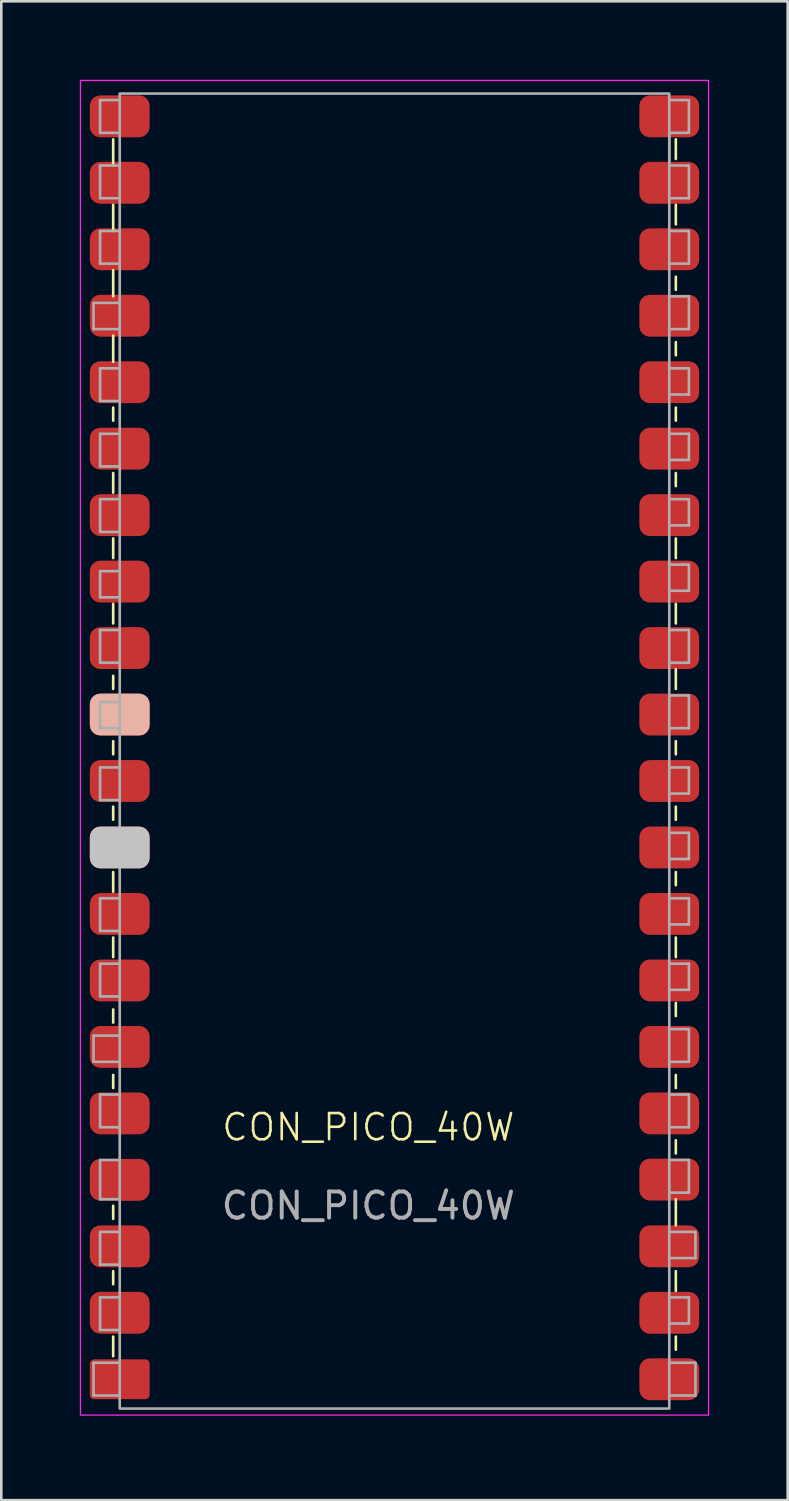
<source format=kicad_pcb>
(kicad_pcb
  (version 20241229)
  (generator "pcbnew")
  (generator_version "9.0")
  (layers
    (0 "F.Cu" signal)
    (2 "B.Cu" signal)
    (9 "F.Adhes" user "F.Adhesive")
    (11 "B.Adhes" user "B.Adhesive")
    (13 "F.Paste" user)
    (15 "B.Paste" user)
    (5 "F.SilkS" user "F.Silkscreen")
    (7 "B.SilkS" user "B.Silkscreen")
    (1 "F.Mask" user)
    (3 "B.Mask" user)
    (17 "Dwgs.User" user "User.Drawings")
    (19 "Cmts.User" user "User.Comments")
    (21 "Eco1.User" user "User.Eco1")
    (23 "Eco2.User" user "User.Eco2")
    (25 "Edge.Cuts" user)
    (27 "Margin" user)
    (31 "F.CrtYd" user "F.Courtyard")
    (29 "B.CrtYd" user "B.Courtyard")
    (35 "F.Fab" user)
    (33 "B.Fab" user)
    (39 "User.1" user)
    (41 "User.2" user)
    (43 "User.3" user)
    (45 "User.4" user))
  (footprint "CON_PICO_40W"
    (layer "F.Cu")
    (at 12.025 51.025)
    (property "Reference" "CON_PICO_40W" (at -1 -11 0) (unlocked yes) (layer "F.SilkS") (effects (font (size 1 1) (thickness 0.1))))
    (attr smd)
    (fp_line (start -10.75 -47.75) (end -10.75 -48.75) (stroke (width 0.1) (type default)) (layer "F.SilkS"))
    (fp_line (start -10.75 -45.25) (end -10.75 -46.25) (stroke (width 0.1) (type default)) (layer "F.SilkS"))
    (fp_line (start -10.75 -42.75) (end -10.75 -43.75) (stroke (width 0.1) (type default)) (layer "F.SilkS"))
    (fp_line (start -10.75 -40.25) (end -10.75 -41.25) (stroke (width 0.1) (type default)) (layer "F.SilkS"))
    (fp_line (start -10.75 -38) (end -10.75 -38.5) (stroke (width 0.1) (type default)) (layer "F.SilkS"))
    (fp_line (start -10.75 -35.25) (end -10.75 -36) (stroke (width 0.1) (type default)) (layer "F.SilkS"))
    (fp_line (start -10.75 -32.75) (end -10.75 -33.5) (stroke (width 0.1) (type default)) (layer "F.SilkS"))
    (fp_line (start -10.75 -30.25) (end -10.75 -31) (stroke (width 0.1) (type default)) (layer "F.SilkS"))
    (fp_line (start -10.75 -27.75) (end -10.75 -28.25) (stroke (width 0.1) (type default)) (layer "F.SilkS"))
    (fp_line (start -10.75 -25.25) (end -10.75 -25.75) (stroke (width 0.1) (type default)) (layer "F.SilkS"))
    (fp_line (start -10.75 -22.75) (end -10.75 -23.25) (stroke (width 0.1) (type default)) (layer "F.SilkS"))
    (fp_line (start -10.75 -20) (end -10.75 -20.75) (stroke (width 0.1) (type default)) (layer "F.SilkS"))
    (fp_line (start -10.75 -17.5) (end -10.75 -18.25) (stroke (width 0.1) (type default)) (layer "F.SilkS"))
    (fp_line (start -10.75 -15) (end -10.75 -15.5) (stroke (width 0.1) (type default)) (layer "F.SilkS"))
    (fp_line (start -10.75 -12.5) (end -10.75 -13) (stroke (width 0.1) (type default)) (layer "F.SilkS"))
    (fp_line (start -10.75 -7.5) (end -10.75 -8) (stroke (width 0.1) (type default)) (layer "F.SilkS"))
    (fp_line (start -10.75 -5) (end -10.75 -5.5) (stroke (width 0.1) (type default)) (layer "F.SilkS"))
    (fp_line (start -10.75 -3) (end -10.75 -2.25) (stroke (width 0.1) (type default)) (layer "F.SilkS"))
    (fp_line (start 10.75 -48.75) (end 10.75 -48) (stroke (width 0.1) (type default)) (layer "F.SilkS"))
    (fp_line (start 10.75 -46.25) (end 10.75 -45.5) (stroke (width 0.1) (type default)) (layer "F.SilkS"))
    (fp_line (start 10.75 -43.5) (end 10.75 -43) (stroke (width 0.1) (type default)) (layer "F.SilkS"))
    (fp_line (start 10.75 -41) (end 10.75 -40.5) (stroke (width 0.1) (type default)) (layer "F.SilkS"))
    (fp_line (start 10.75 -38.5) (end 10.75 -38) (stroke (width 0.1) (type default)) (layer "F.SilkS"))
    (fp_line (start 10.75 -36) (end 10.75 -35.5) (stroke (width 0.1) (type default)) (layer "F.SilkS"))
    (fp_line (start 10.75 -33.5) (end 10.75 -32.75) (stroke (width 0.1) (type default)) (layer "F.SilkS"))
    (fp_line (start 10.75 -31) (end 10.75 -30.25) (stroke (width 0.1) (type default)) (layer "F.SilkS"))
    (fp_line (start 10.75 -28.5) (end 10.75 -27.75) (stroke (width 0.1) (type default)) (layer "F.SilkS"))
    (fp_line (start 10.75 -25.75) (end 10.75 -25.25) (stroke (width 0.1) (type default)) (layer "F.SilkS"))
    (fp_line (start 10.75 -23.25) (end 10.75 -22.75) (stroke (width 0.1) (type default)) (layer "F.SilkS"))
    (fp_line (start 10.75 -20.75) (end 10.75 -20.25) (stroke (width 0.1) (type default)) (layer "F.SilkS"))
    (fp_line (start 10.75 -18.25) (end 10.75 -17.5) (stroke (width 0.1) (type default)) (layer "F.SilkS"))
    (fp_line (start 10.75 -15.75) (end 10.75 -15.25) (stroke (width 0.1) (type default)) (layer "F.SilkS"))
    (fp_line (start 10.75 -13) (end 10.75 -12.5) (stroke (width 0.1) (type default)) (layer "F.SilkS"))
    (fp_line (start 10.75 -10.5) (end 10.75 -10) (stroke (width 0.1) (type default)) (layer "F.SilkS"))
    (fp_line (start 10.75 -8.25) (end 10.75 -7.25) (stroke (width 0.1) (type default)) (layer "F.SilkS"))
    (fp_line (start 10.75 -5.5) (end 10.75 -4.75) (stroke (width 0.1) (type default)) (layer "F.SilkS"))
    (fp_line (start 10.75 -3) (end 10.75 -2.5) (stroke (width 0.1) (type default)) (layer "F.SilkS"))
    (fp_rect (start -12 -51) (end 12 0) (stroke (width 0.05) (type default)) (fill no) (layer "F.CrtYd"))
    (fp_line (start -11.5 -42.5) (end -10.5 -42.5) (stroke (width 0.1) (type default)) (layer "F.Fab"))
    (fp_line (start -11.5 -41.5) (end -11.5 -42.5) (stroke (width 0.1) (type default)) (layer "F.Fab"))
    (fp_line (start -11.5 -14.5) (end -10.5 -14.5) (stroke (width 0.1) (type default)) (layer "F.Fab"))
    (fp_line (start -11.5 -13.5) (end -11.5 -14.5) (stroke (width 0.1) (type default)) (layer "F.Fab"))
    (fp_line (start -11.5 -2) (end -10.5 -2) (stroke (width 0.1) (type default)) (layer "F.Fab"))
    (fp_line (start -11.5 -0.75) (end -11.5 -2) (stroke (width 0.1) (type default)) (layer "F.Fab"))
    (fp_line (start -11.25 -50.25) (end -10.5 -50.25) (stroke (width 0.1) (type default)) (layer "F.Fab"))
    (fp_line (start -11.25 -49) (end -11.25 -50.25) (stroke (width 0.1) (type default)) (layer "F.Fab"))
    (fp_line (start -11.25 -47.75) (end -10.75 -47.75) (stroke (width 0.1) (type default)) (layer "F.Fab"))
    (fp_line (start -11.25 -46.5) (end -11.25 -47.75) (stroke (width 0.1) (type default)) (layer "F.Fab"))
    (fp_line (start -11.25 -45.25) (end -10.5 -45.25) (stroke (width 0.1) (type default)) (layer "F.Fab"))
    (fp_line (start -11.25 -44) (end -11.25 -45.25) (stroke (width 0.1) (type default)) (layer "F.Fab"))
    (fp_line (start -11.25 -40) (end -10.5 -40) (stroke (width 0.1) (type default)) (layer "F.Fab"))
    (fp_line (start -11.25 -38.75) (end -11.25 -40) (stroke (width 0.1) (type default)) (layer "F.Fab"))
    (fp_line (start -11.25 -37.5) (end -10.5 -37.5) (stroke (width 0.1) (type default)) (layer "F.Fab"))
    (fp_line (start -11.25 -36.25) (end -11.25 -37.5) (stroke (width 0.1) (type default)) (layer "F.Fab"))
    (fp_line (start -11.25 -35) (end -10.5 -35) (stroke (width 0.1) (type default)) (layer "F.Fab"))
    (fp_line (start -11.25 -33.75) (end -11.25 -35) (stroke (width 0.1) (type default)) (layer "F.Fab"))
    (fp_line (start -11.25 -32.25) (end -10.5 -32.25) (stroke (width 0.1) (type default)) (layer "F.Fab"))
    (fp_line (start -11.25 -31.25) (end -11.25 -32.25) (stroke (width 0.1) (type default)) (layer "F.Fab"))
    (fp_line (start -11.25 -30) (end -10.5 -30) (stroke (width 0.1) (type default)) (layer "F.Fab"))
    (fp_line (start -11.25 -28.75) (end -11.25 -30) (stroke (width 0.1) (type default)) (layer "F.Fab"))
    (fp_line (start -11.25 -27.25) (end -10.5 -27.25) (stroke (width 0.1) (type default)) (layer "F.Fab"))
    (fp_line (start -11.25 -26.25) (end -11.25 -27.25) (stroke (width 0.1) (type default)) (layer "F.Fab"))
    (fp_line (start -11.25 -24.75) (end -10.5 -24.75) (stroke (width 0.1) (type default)) (layer "F.Fab"))
    (fp_line (start -11.25 -23.5) (end -11.25 -24.75) (stroke (width 0.1) (type default)) (layer "F.Fab"))
    (fp_line (start -11.25 -19.75) (end -10.5 -19.75) (stroke (width 0.1) (type default)) (layer "F.Fab"))
    (fp_line (start -11.25 -18.5) (end -11.25 -19.75) (stroke (width 0.1) (type default)) (layer "F.Fab"))
    (fp_line (start -11.25 -17.25) (end -10.5 -17.25) (stroke (width 0.1) (type default)) (layer "F.Fab"))
    (fp_line (start -11.25 -16) (end -11.25 -17.25) (stroke (width 0.1) (type default)) (layer "F.Fab"))
    (fp_line (start -11.25 -12.25) (end -11.25 -11) (stroke (width 0.1) (type default)) (layer "F.Fab"))
    (fp_line (start -11.25 -12.25) (end -10.5 -12.25) (stroke (width 0.1) (type default)) (layer "F.Fab"))
    (fp_line (start -11.25 -11) (end -10.5 -11) (stroke (width 0.1) (type default)) (layer "F.Fab"))
    (fp_line (start -11.25 -9.75) (end -10.5 -9.75) (stroke (width 0.1) (type default)) (layer "F.Fab"))
    (fp_line (start -11.25 -8.25) (end -11.25 -9.75) (stroke (width 0.1) (type default)) (layer "F.Fab"))
    (fp_line (start -11.25 -7) (end -10.5 -7) (stroke (width 0.1) (type default)) (layer "F.Fab"))
    (fp_line (start -11.25 -5.75) (end -11.25 -7) (stroke (width 0.1) (type default)) (layer "F.Fab"))
    (fp_line (start -11.25 -4.5) (end -10.5 -4.5) (stroke (width 0.1) (type default)) (layer "F.Fab"))
    (fp_line (start -11.25 -3.25) (end -11.25 -4.5) (stroke (width 0.1) (type default)) (layer "F.Fab"))
    (fp_line (start -11 -22.25) (end -11 -21.25) (stroke (width 0.1) (type default)) (layer "F.Fab"))
    (fp_line (start -11 -21.25) (end -10.5 -21.25) (stroke (width 0.1) (type default)) (layer "F.Fab"))
    (fp_line (start -10.75 -47.75) (end -10.5 -47.75) (stroke (width 0.1) (type default)) (layer "F.Fab"))
    (fp_line (start -10.5 -49) (end -11.25 -49) (stroke (width 0.1) (type default)) (layer "F.Fab"))
    (fp_line (start -10.5 -46.5) (end -11.25 -46.5) (stroke (width 0.1) (type default)) (layer "F.Fab"))
    (fp_line (start -10.5 -44) (end -11.25 -44) (stroke (width 0.1) (type default)) (layer "F.Fab"))
    (fp_line (start -10.5 -41.5) (end -11.5 -41.5) (stroke (width 0.1) (type default)) (layer "F.Fab"))
    (fp_line (start -10.5 -38.75) (end -11.25 -38.75) (stroke (width 0.1) (type default)) (layer "F.Fab"))
    (fp_line (start -10.5 -36.25) (end -11.25 -36.25) (stroke (width 0.1) (type default)) (layer "F.Fab"))
    (fp_line (start -10.5 -33.75) (end -11.25 -33.75) (stroke (width 0.1) (type default)) (layer "F.Fab"))
    (fp_line (start -10.5 -31.25) (end -11.25 -31.25) (stroke (width 0.1) (type default)) (layer "F.Fab"))
    (fp_line (start -10.5 -28.75) (end -11.25 -28.75) (stroke (width 0.1) (type default)) (layer "F.Fab"))
    (fp_line (start -10.5 -26.25) (end -11.25 -26.25) (stroke (width 0.1) (type default)) (layer "F.Fab"))
    (fp_line (start -10.5 -23.5) (end -11.25 -23.5) (stroke (width 0.1) (type default)) (layer "F.Fab"))
    (fp_line (start -10.5 -22.25) (end -11 -22.25) (stroke (width 0.1) (type default)) (layer "F.Fab"))
    (fp_line (start -10.5 -18.5) (end -11.25 -18.5) (stroke (width 0.1) (type default)) (layer "F.Fab"))
    (fp_line (start -10.5 -16) (end -11.25 -16) (stroke (width 0.1) (type default)) (layer "F.Fab"))
    (fp_line (start -10.5 -13.5) (end -11.5 -13.5) (stroke (width 0.1) (type default)) (layer "F.Fab"))
    (fp_line (start -10.5 -8.25) (end -11.25 -8.25) (stroke (width 0.1) (type default)) (layer "F.Fab"))
    (fp_line (start -10.5 -5.75) (end -11.25 -5.75) (stroke (width 0.1) (type default)) (layer "F.Fab"))
    (fp_line (start -10.5 -3.25) (end -11.25 -3.25) (stroke (width 0.1) (type default)) (layer "F.Fab"))
    (fp_line (start -10.5 -0.75) (end -11.5 -0.75) (stroke (width 0.1) (type default)) (layer "F.Fab"))
    (fp_line (start 10.5 -50.25) (end 11.25 -50.25) (stroke (width 0.1) (type default)) (layer "F.Fab"))
    (fp_line (start 10.5 -49) (end 10.5 -47.75) (stroke (width 0.1) (type default)) (layer "F.Fab"))
    (fp_line (start 10.5 -47.75) (end 11.25 -47.75) (stroke (width 0.1) (type default)) (layer "F.Fab"))
    (fp_line (start 10.5 -45.25) (end 11.25 -45.25) (stroke (width 0.1) (type default)) (layer "F.Fab"))
    (fp_line (start 10.5 -42.75) (end 11.25 -42.75) (stroke (width 0.1) (type default)) (layer "F.Fab"))
    (fp_line (start 10.5 -40) (end 11.25 -40) (stroke (width 0.1) (type default)) (layer "F.Fab"))
    (fp_line (start 10.5 -37.5) (end 11.25 -37.5) (stroke (width 0.1) (type default)) (layer "F.Fab"))
    (fp_line (start 10.5 -35) (end 11.25 -35) (stroke (width 0.1) (type default)) (layer "F.Fab"))
    (fp_line (start 10.5 -32.5) (end 11.25 -32.5) (stroke (width 0.1) (type default)) (layer "F.Fab"))
    (fp_line (start 10.5 -30) (end 11.25 -30) (stroke (width 0.1) (type default)) (layer "F.Fab"))
    (fp_line (start 10.5 -27.5) (end 11.25 -27.5) (stroke (width 0.1) (type default)) (layer "F.Fab"))
    (fp_line (start 10.5 -24.75) (end 11.25 -24.75) (stroke (width 0.1) (type default)) (layer "F.Fab"))
    (fp_line (start 10.5 -22.25) (end 11.25 -22.25) (stroke (width 0.1) (type default)) (layer "F.Fab"))
    (fp_line (start 10.5 -19.75) (end 11.25 -19.75) (stroke (width 0.1) (type default)) (layer "F.Fab"))
    (fp_line (start 10.5 -17.25) (end 11.25 -17.25) (stroke (width 0.1) (type default)) (layer "F.Fab"))
    (fp_line (start 10.5 -14.75) (end 11.25 -14.75) (stroke (width 0.1) (type default)) (layer "F.Fab"))
    (fp_line (start 10.5 -12.25) (end 11.25 -12.25) (stroke (width 0.1) (type default)) (layer "F.Fab"))
    (fp_line (start 10.5 -9.75) (end 11.25 -9.75) (stroke (width 0.1) (type default)) (layer "F.Fab"))
    (fp_line (start 10.5 -7) (end 11.5 -7) (stroke (width 0.1) (type default)) (layer "F.Fab"))
    (fp_line (start 10.5 -4.5) (end 11.25 -4.5) (stroke (width 0.1) (type default)) (layer "F.Fab"))
    (fp_line (start 10.5 -2) (end 11.5 -2) (stroke (width 0.1) (type default)) (layer "F.Fab"))
    (fp_line (start 11.25 -50.25) (end 11.25 -49) (stroke (width 0.1) (type default)) (layer "F.Fab"))
    (fp_line (start 11.25 -49) (end 10.5 -49) (stroke (width 0.1) (type default)) (layer "F.Fab"))
    (fp_line (start 11.25 -47.75) (end 11.25 -46.5) (stroke (width 0.1) (type default)) (layer "F.Fab"))
    (fp_line (start 11.25 -46.5) (end 10.5 -46.5) (stroke (width 0.1) (type default)) (layer "F.Fab"))
    (fp_line (start 11.25 -45.25) (end 11.25 -44) (stroke (width 0.1) (type default)) (layer "F.Fab"))
    (fp_line (start 11.25 -44) (end 10.5 -44) (stroke (width 0.1) (type default)) (layer "F.Fab"))
    (fp_line (start 11.25 -42.75) (end 11.25 -41.5) (stroke (width 0.1) (type default)) (layer "F.Fab"))
    (fp_line (start 11.25 -41.5) (end 10.5 -41.5) (stroke (width 0.1) (type default)) (layer "F.Fab"))
    (fp_line (start 11.25 -40) (end 11.25 -39) (stroke (width 0.1) (type default)) (layer "F.Fab"))
    (fp_line (start 11.25 -39) (end 10.5 -39) (stroke (width 0.1) (type default)) (layer "F.Fab"))
    (fp_line (start 11.25 -37.5) (end 11.25 -36.5) (stroke (width 0.1) (type default)) (layer "F.Fab"))
    (fp_line (start 11.25 -36.5) (end 10.5 -36.5) (stroke (width 0.1) (type default)) (layer "F.Fab"))
    (fp_line (start 11.25 -35) (end 11.25 -34) (stroke (width 0.1) (type default)) (layer "F.Fab"))
    (fp_line (start 11.25 -34) (end 10.5 -34) (stroke (width 0.1) (type default)) (layer "F.Fab"))
    (fp_line (start 11.25 -32.5) (end 11.25 -31.5) (stroke (width 0.1) (type default)) (layer "F.Fab"))
    (fp_line (start 11.25 -31.5) (end 10.5 -31.5) (stroke (width 0.1) (type default)) (layer "F.Fab"))
    (fp_line (start 11.25 -30) (end 11.25 -28.75) (stroke (width 0.1) (type default)) (layer "F.Fab"))
    (fp_line (start 11.25 -28.75) (end 10.5 -28.75) (stroke (width 0.1) (type default)) (layer "F.Fab"))
    (fp_line (start 11.25 -27.5) (end 11.25 -26.25) (stroke (width 0.1) (type default)) (layer "F.Fab"))
    (fp_line (start 11.25 -26.25) (end 10.5 -26.25) (stroke (width 0.1) (type default)) (layer "F.Fab"))
    (fp_line (start 11.25 -24.75) (end 11.25 -23.75) (stroke (width 0.1) (type default)) (layer "F.Fab"))
    (fp_line (start 11.25 -23.75) (end 10.5 -23.75) (stroke (width 0.1) (type default)) (layer "F.Fab"))
    (fp_line (start 11.25 -22.25) (end 11.25 -21.25) (stroke (width 0.1) (type default)) (layer "F.Fab"))
    (fp_line (start 11.25 -21.25) (end 10.5 -21.25) (stroke (width 0.1) (type default)) (layer "F.Fab"))
    (fp_line (start 11.25 -19.75) (end 11.25 -18.75) (stroke (width 0.1) (type default)) (layer "F.Fab"))
    (fp_line (start 11.25 -18.75) (end 10.5 -18.75) (stroke (width 0.1) (type default)) (layer "F.Fab"))
    (fp_line (start 11.25 -17.25) (end 11.25 -16.25) (stroke (width 0.1) (type default)) (layer "F.Fab"))
    (fp_line (start 11.25 -16.25) (end 10.5 -16.25) (stroke (width 0.1) (type default)) (layer "F.Fab"))
    (fp_line (start 11.25 -14.75) (end 11.25 -13.5) (stroke (width 0.1) (type default)) (layer "F.Fab"))
    (fp_line (start 11.25 -13.5) (end 10.5 -13.5) (stroke (width 0.1) (type default)) (layer "F.Fab"))
    (fp_line (start 11.25 -12.25) (end 11.25 -11) (stroke (width 0.1) (type default)) (layer "F.Fab"))
    (fp_line (start 11.25 -11) (end 10.5 -11) (stroke (width 0.1) (type default)) (layer "F.Fab"))
    (fp_line (start 11.25 -9.75) (end 11.25 -8.5) (stroke (width 0.1) (type default)) (layer "F.Fab"))
    (fp_line (start 11.25 -8.5) (end 10.5 -8.5) (stroke (width 0.1) (type default)) (layer "F.Fab"))
    (fp_line (start 11.25 -4.5) (end 11.25 -3.5) (stroke (width 0.1) (type default)) (layer "F.Fab"))
    (fp_line (start 11.25 -3.5) (end 10.5 -3.5) (stroke (width 0.1) (type default)) (layer "F.Fab"))
    (fp_line (start 11.5 -7) (end 11.5 -6) (stroke (width 0.1) (type default)) (layer "F.Fab"))
    (fp_line (start 11.5 -6) (end 10.5 -6) (stroke (width 0.1) (type default)) (layer "F.Fab"))
    (fp_line (start 11.5 -2) (end 11.5 -0.75) (stroke (width 0.1) (type default)) (layer "F.Fab"))
    (fp_line (start 11.5 -0.75) (end 10.5 -0.75) (stroke (width 0.1) (type default)) (layer "F.Fab"))
    (fp_rect (start -10.5 -50.5) (end 10.5 -0.25) (stroke (width 0.1) (type default)) (fill no) (layer "F.Fab"))
    (fp_text user "${REFERENCE}" (at -1 -8 0) (unlocked yes) (layer "F.Fab") (effects (font (size 1 1) (thickness 0.15))))
    (pad "1" smd roundrect (at -10.5 -49.63) (size 2.286 1.6) (layers "F.Cu" "F.Mask" "F.Paste") (roundrect_rratio 0.25))
    (pad "2" smd roundrect (at -10.5 -47.09) (size 2.286 1.6) (layers "F.Cu" "F.Mask" "F.Paste") (roundrect_rratio 0.25))
    (pad "3" smd roundrect (at -10.5 -44.55) (size 2.286 1.6) (layers "F.Cu" "F.Mask") (roundrect_rratio 0.25))
    (pad "4" smd roundrect (at -10.5 -42.01) (size 2.286 1.6) (layers "F.Cu" "F.Mask" "F.Paste") (roundrect_rratio 0.25))
    (pad "5" smd roundrect (at -10.5 -39.47) (size 2.286 1.6) (layers "F.Cu" "F.Mask" "F.Paste") (roundrect_rratio 0.25))
    (pad "6" smd roundrect (at -10.5 -36.93) (size 2.286 1.6) (layers "F.Cu" "F.Mask" "F.Paste") (roundrect_rratio 0.25))
    (pad "7" smd roundrect (at -10.5 -34.39) (size 2.286 1.6) (layers "F.Cu" "F.Mask" "F.Paste") (roundrect_rratio 0.25))
    (pad "8" smd roundrect (at -10.5 -31.85) (size 2.286 1.6) (layers "F.Cu" "F.Mask") (roundrect_rratio 0.25))
    (pad "9" smd roundrect (at -10.5 -29.31) (size 2.286 1.6) (layers "F.Cu" "F.Mask" "F.Paste") (roundrect_rratio 0.25))
    (pad "10" smd roundrect (at -10.5 -26.77) (size 2.286 1.6) (layers "F.Cu" "F.Mask" "B.SilkS" "F.Paste") (roundrect_rratio 0.25))
    (pad "11" smd roundrect (at -10.5 -24.23) (size 2.286 1.6) (layers "F.Cu" "F.Mask" "F.Paste") (roundrect_rratio 0.25))
    (pad "12" smd roundrect (at -10.5 -21.69) (size 2.286 1.6) (layers "F.Cu" "F.Mask" "F.Paste" "Dwgs.User") (roundrect_rratio 0.25))
    (pad "13" smd roundrect (at -10.5 -19.15) (size 2.286 1.6) (layers "F.Cu" "F.Mask" "F.Paste") (roundrect_rratio 0.25))
    (pad "14" smd roundrect (at -10.5 -16.61) (size 2.286 1.6) (layers "F.Cu" "F.Mask" "F.Paste") (roundrect_rratio 0.25))
    (pad "15" smd roundrect (at -10.5 -14.07) (size 2.286 1.6) (layers "F.Cu" "F.Mask" "F.Paste") (roundrect_rratio 0.25))
    (pad "16" smd roundrect (at -10.5 -11.53) (size 2.286 1.6) (layers "F.Cu" "F.Mask" "F.Paste") (roundrect_rratio 0.25))
    (pad "17" smd roundrect (at -10.5 -8.99) (size 2.286 1.6) (layers "F.Cu" "F.Mask" "F.Paste") (roundrect_rratio 0.25))
    (pad "18" smd roundrect (at -10.5 -6.45) (size 2.286 1.6) (layers "F.Cu" "F.Mask" "F.Paste") (roundrect_rratio 0.25))
    (pad "19" smd roundrect (at -10.5 -3.91) (size 2.286 1.6) (layers "F.Cu" "F.Mask" "F.Paste") (roundrect_rratio 0.25))
    (pad "20" smd roundrect (at -10.5 -1.37) (size 2.286 1.524) (layers "F.Cu" "F.Mask" "F.Paste") (roundrect_rratio 0.109))
    (pad "21" smd roundrect (at 10.5 -1.37) (size 2.286 1.6) (layers "F.Cu" "F.Mask" "F.Paste") (roundrect_rratio 0.25))
    (pad "22" smd roundrect (at 10.5 -3.91) (size 2.286 1.6) (layers "F.Cu" "F.Mask" "F.Paste") (roundrect_rratio 0.25))
    (pad "23" smd roundrect (at 10.5 -6.45) (size 2.286 1.6) (layers "F.Cu" "F.Mask" "F.Paste") (roundrect_rratio 0.25))
    (pad "24" smd roundrect (at 10.5 -9) (size 2.286 1.6) (layers "F.Cu" "F.Mask" "F.Paste") (roundrect_rratio 0.25))
    (pad "25" smd roundrect (at 10.5 -11.53) (size 2.286 1.6) (layers "F.Cu" "F.Mask" "F.Paste") (roundrect_rratio 0.25))
    (pad "26" smd roundrect (at 10.5 -14.07) (size 2.286 1.6) (layers "F.Cu" "F.Mask" "F.Paste") (roundrect_rratio 0.25))
    (pad "27" smd roundrect (at 10.5 -16.61) (size 2.286 1.6) (layers "F.Cu" "F.Mask" "F.Paste") (roundrect_rratio 0.25))
    (pad "28" smd roundrect (at 10.5 -19.15) (size 2.286 1.6) (layers "F.Cu" "F.Mask" "F.Paste") (roundrect_rratio 0.25))
    (pad "29" smd roundrect (at 10.5 -21.69) (size 2.286 1.6) (layers "F.Cu" "F.Mask" "F.Paste") (roundrect_rratio 0.25))
    (pad "30" smd roundrect (at 10.5 -24.23) (size 2.286 1.6) (layers "F.Cu" "F.Mask" "F.Paste") (roundrect_rratio 0.25))
    (pad "31" smd roundrect (at 10.5 -26.77) (size 2.286 1.6) (layers "F.Cu" "F.Mask" "F.Paste") (roundrect_rratio 0.25))
    (pad "32" smd roundrect (at 10.5 -29.31) (size 2.286 1.6) (layers "F.Cu" "F.Mask" "F.Paste") (roundrect_rratio 0.25))
    (pad "33" smd roundrect (at 10.5 -31.85) (size 2.286 1.6) (layers "F.Cu" "F.Mask" "F.Paste") (roundrect_rratio 0.25))
    (pad "34" smd roundrect (at 10.5 -34.39) (size 2.286 1.6) (layers "F.Cu" "F.Mask" "F.Paste") (roundrect_rratio 0.25))
    (pad "35" smd roundrect (at 10.5 -36.93) (size 2.286 1.6) (layers "F.Cu" "F.Mask" "F.Paste") (roundrect_rratio 0.25))
    (pad "36" smd roundrect (at 10.5 -39.47) (size 2.286 1.6) (layers "F.Cu" "F.Mask" "B.Adhes" "F.Paste") (roundrect_rratio 0.25))
    (pad "37" smd roundrect (at 10.5 -42.01) (size 2.286 1.6) (layers "F.Cu" "F.Mask" "F.Paste") (roundrect_rratio 0.25))
    (pad "38" smd roundrect (at 10.5 -44.55) (size 2.286 1.6) (layers "F.Cu" "F.Mask" "F.Paste") (roundrect_rratio 0.25))
    (pad "39" smd roundrect (at 10.5 -47.09) (size 2.286 1.6) (layers "F.Cu" "F.Mask" "F.Paste") (roundrect_rratio 0.25))
    (pad "40" smd roundrect (at 10.5 -49.63) (size 2.286 1.6) (layers "F.Cu" "F.Mask" "F.Paste") (roundrect_rratio 0.25)))
  (gr_rect
    (start -3 -3)
    (end 27.05 54.275)
    (stroke (width 0.1) (type default))
    (fill no)
    (layer "Edge.Cuts")))
</source>
